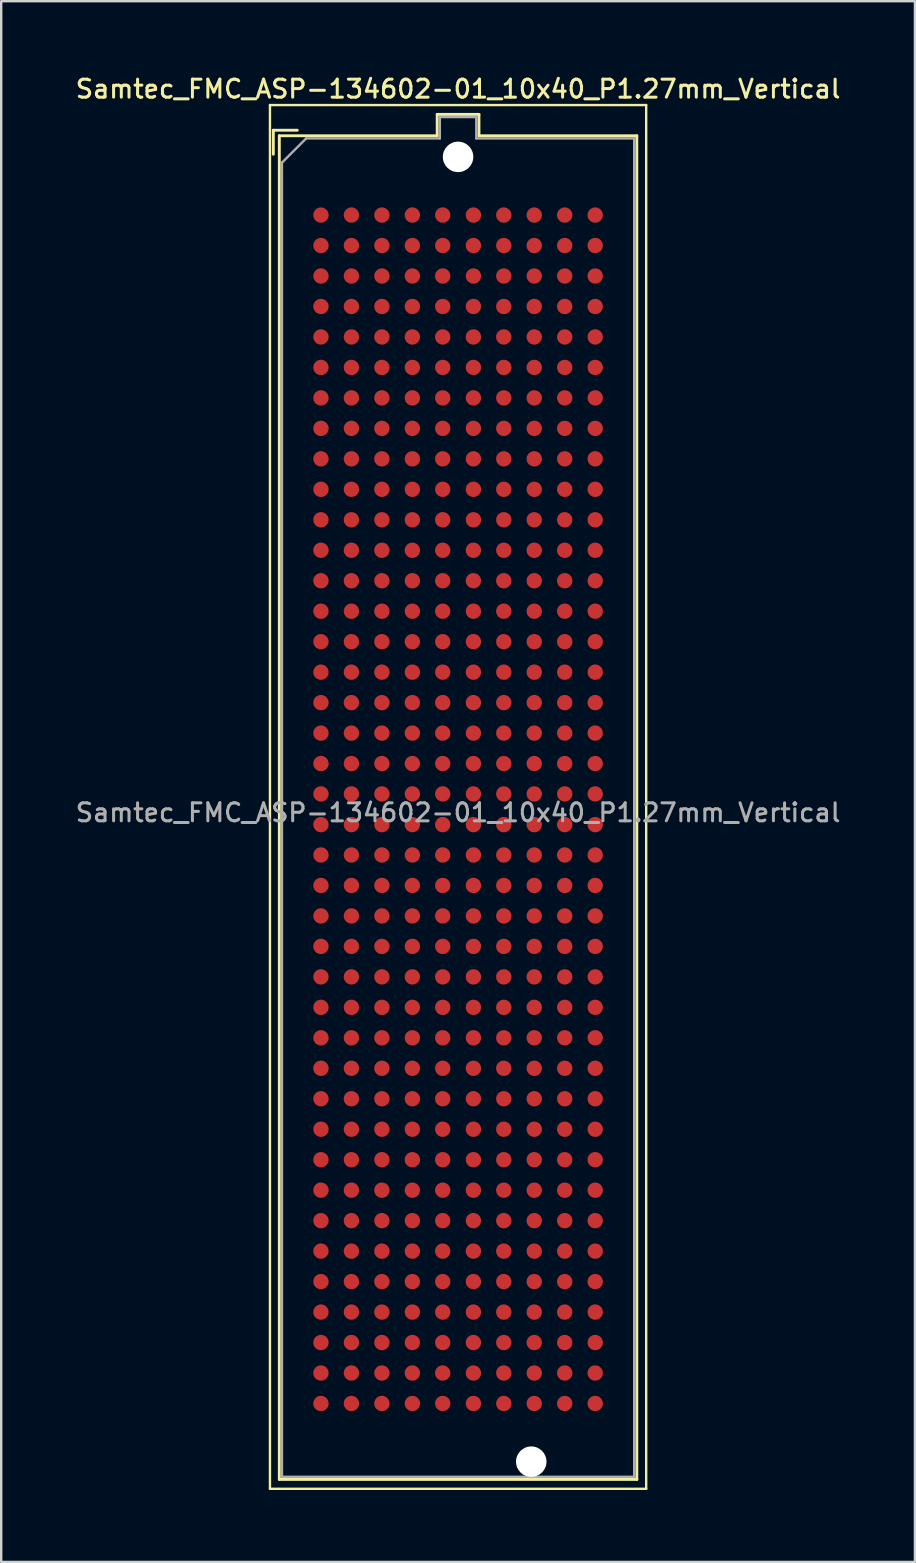
<source format=kicad_pcb>
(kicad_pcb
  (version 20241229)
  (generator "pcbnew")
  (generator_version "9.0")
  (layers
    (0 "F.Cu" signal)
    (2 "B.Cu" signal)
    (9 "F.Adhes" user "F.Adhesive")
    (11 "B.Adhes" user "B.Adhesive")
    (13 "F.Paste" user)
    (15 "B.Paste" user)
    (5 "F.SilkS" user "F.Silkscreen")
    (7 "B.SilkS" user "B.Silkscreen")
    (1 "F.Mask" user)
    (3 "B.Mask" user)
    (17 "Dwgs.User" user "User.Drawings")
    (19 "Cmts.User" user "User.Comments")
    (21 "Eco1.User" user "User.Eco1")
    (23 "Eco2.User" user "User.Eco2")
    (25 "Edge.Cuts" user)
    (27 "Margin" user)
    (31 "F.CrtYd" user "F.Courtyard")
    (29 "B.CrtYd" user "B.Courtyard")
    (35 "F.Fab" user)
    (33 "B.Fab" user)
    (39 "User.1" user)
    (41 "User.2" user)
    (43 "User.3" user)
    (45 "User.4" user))
  (footprint "Samtec_FMC_ASP-134602-01_10x40_P1.27mm_Vertical"
    (layer "F.Cu")
    (at 16.041 30.678)
    (property "Reference" "Samtec_FMC_ASP-134602-01_10x40_P1.27mm_Vertical" (at 0 -30.02 0) (layer "F.SilkS") (effects (font (size 0.75 0.75) (thickness 0.125))))
    (attr smd)
    (fp_line (start -7.84 -29.35) (end -7.84 28.32) (stroke (width 0.1) (type solid)) (layer "F.SilkS"))
    (fp_line (start -7.84 -29.35) (end 7.84 -29.35) (stroke (width 0.1) (type solid)) (layer "F.SilkS"))
    (fp_line (start -7.84 28.32) (end 7.84 28.32) (stroke (width 0.1) (type solid)) (layer "F.SilkS"))
    (fp_line (start -7.7 -28.3) (end -6.7 -28.3) (stroke (width 0.12) (type solid)) (layer "F.SilkS"))
    (fp_line (start -7.7 -27.3) (end -7.7 -28.3) (stroke (width 0.12) (type solid)) (layer "F.SilkS"))
    (fp_line (start -7.45 -28.07) (end -7.45 27.93) (stroke (width 0.12) (type solid)) (layer "F.SilkS"))
    (fp_line (start -7.45 27.93) (end 7.45 27.93) (stroke (width 0.12) (type solid)) (layer "F.SilkS"))
    (fp_line (start -0.87 -28.96) (end -0.87 -28.07) (stroke (width 0.12) (type solid)) (layer "F.SilkS"))
    (fp_line (start -0.87 -28.07) (end -7.45 -28.07) (stroke (width 0.12) (type solid)) (layer "F.SilkS"))
    (fp_line (start 0.87 -28.96) (end -0.87 -28.96) (stroke (width 0.12) (type solid)) (layer "F.SilkS"))
    (fp_line (start 0.87 -28.07) (end 0.87 -28.96) (stroke (width 0.12) (type solid)) (layer "F.SilkS"))
    (fp_line (start 7.45 -28.07) (end 0.87 -28.07) (stroke (width 0.12) (type solid)) (layer "F.SilkS"))
    (fp_line (start 7.45 27.93) (end 7.45 -28.07) (stroke (width 0.12) (type solid)) (layer "F.SilkS"))
    (fp_line (start 7.84 -29.35) (end 7.84 28.32) (stroke (width 0.1) (type solid)) (layer "F.SilkS"))
    (fp_line (start -7.34 -26.95) (end -6.33 -27.96) (stroke (width 0.1) (type solid)) (layer "F.Fab"))
    (fp_line (start -7.34 27.82) (end -7.34 -26.95) (stroke (width 0.1) (type solid)) (layer "F.Fab"))
    (fp_line (start -7.34 27.82) (end 7.34 27.82) (stroke (width 0.1) (type solid)) (layer "F.Fab"))
    (fp_line (start -0.76 -28.85) (end 0.76 -28.85) (stroke (width 0.1) (type solid)) (layer "F.Fab"))
    (fp_line (start -0.76 -27.96) (end -6.33 -27.96) (stroke (width 0.1) (type solid)) (layer "F.Fab"))
    (fp_line (start -0.76 -27.96) (end -0.76 -28.85) (stroke (width 0.1) (type solid)) (layer "F.Fab"))
    (fp_line (start 0.76 -27.96) (end 0.76 -28.85) (stroke (width 0.1) (type solid)) (layer "F.Fab"))
    (fp_line (start 0.76 -27.96) (end 7.34 -27.96) (stroke (width 0.1) (type solid)) (layer "F.Fab"))
    (fp_line (start 7.34 27.82) (end 7.34 -27.96) (stroke (width 0.1) (type solid)) (layer "F.Fab"))
    (fp_text user "${REFERENCE}" (at 0 0.14 0) (layer "F.Fab") (effects (font (size 0.75 0.75) (thickness 0.125))))
    (pad "" np_thru_hole circle (at 0 -27.19 90) (size 1.27 1.27) (drill 1.27) (layers "*.Cu" "*.Mask"))
    (pad "" np_thru_hole circle (at 3.05 27.19 90) (size 1.27 1.27) (drill 1.27) (layers "*.Cu" "*.Mask"))
    (pad "A1" smd circle (at -5.715 -24.765 90) (size 0.64 0.64) (layers "F.Cu" "F.Mask" "F.Paste"))
    (pad "A2" smd circle (at -5.715 -23.495 90) (size 0.64 0.64) (layers "F.Cu" "F.Mask" "F.Paste"))
    (pad "A3" smd circle (at -5.715 -22.225 90) (size 0.64 0.64) (layers "F.Cu" "F.Mask" "F.Paste"))
    (pad "A4" smd circle (at -5.715 -20.955 90) (size 0.64 0.64) (layers "F.Cu" "F.Mask" "F.Paste"))
    (pad "A5" smd circle (at -5.715 -19.685 90) (size 0.64 0.64) (layers "F.Cu" "F.Mask" "F.Paste"))
    (pad "A6" smd circle (at -5.715 -18.415 90) (size 0.64 0.64) (layers "F.Cu" "F.Mask" "F.Paste"))
    (pad "A7" smd circle (at -5.715 -17.145 90) (size 0.64 0.64) (layers "F.Cu" "F.Mask" "F.Paste"))
    (pad "A8" smd circle (at -5.715 -15.875 90) (size 0.64 0.64) (layers "F.Cu" "F.Mask" "F.Paste"))
    (pad "A9" smd circle (at -5.715 -14.605 90) (size 0.64 0.64) (layers "F.Cu" "F.Mask" "F.Paste"))
    (pad "A10" smd circle (at -5.715 -13.335 90) (size 0.64 0.64) (layers "F.Cu" "F.Mask" "F.Paste"))
    (pad "A11" smd circle (at -5.715 -12.065 90) (size 0.64 0.64) (layers "F.Cu" "F.Mask" "F.Paste"))
    (pad "A12" smd circle (at -5.715 -10.795 90) (size 0.64 0.64) (layers "F.Cu" "F.Mask" "F.Paste"))
    (pad "A13" smd circle (at -5.715 -9.525 90) (size 0.64 0.64) (layers "F.Cu" "F.Mask" "F.Paste"))
    (pad "A14" smd circle (at -5.715 -8.255 90) (size 0.64 0.64) (layers "F.Cu" "F.Mask" "F.Paste"))
    (pad "A15" smd circle (at -5.715 -6.985 90) (size 0.64 0.64) (layers "F.Cu" "F.Mask" "F.Paste"))
    (pad "A16" smd circle (at -5.715 -5.715 90) (size 0.64 0.64) (layers "F.Cu" "F.Mask" "F.Paste"))
    (pad "A17" smd circle (at -5.715 -4.445 90) (size 0.64 0.64) (layers "F.Cu" "F.Mask" "F.Paste"))
    (pad "A18" smd circle (at -5.715 -3.175 90) (size 0.64 0.64) (layers "F.Cu" "F.Mask" "F.Paste"))
    (pad "A19" smd circle (at -5.715 -1.905 90) (size 0.64 0.64) (layers "F.Cu" "F.Mask" "F.Paste"))
    (pad "A20" smd circle (at -5.715 -0.64 90) (size 0.64 0.64) (layers "F.Cu" "F.Mask" "F.Paste"))
    (pad "A21" smd circle (at -5.715 0.64 90) (size 0.64 0.64) (layers "F.Cu" "F.Mask" "F.Paste"))
    (pad "A22" smd circle (at -5.715 1.905 90) (size 0.64 0.64) (layers "F.Cu" "F.Mask" "F.Paste"))
    (pad "A23" smd circle (at -5.715 3.175 90) (size 0.64 0.64) (layers "F.Cu" "F.Mask" "F.Paste"))
    (pad "A24" smd circle (at -5.715 4.445 90) (size 0.64 0.64) (layers "F.Cu" "F.Mask" "F.Paste"))
    (pad "A25" smd circle (at -5.715 5.715 90) (size 0.64 0.64) (layers "F.Cu" "F.Mask" "F.Paste"))
    (pad "A26" smd circle (at -5.715 6.985 90) (size 0.64 0.64) (layers "F.Cu" "F.Mask" "F.Paste"))
    (pad "A27" smd circle (at -5.715 8.255 90) (size 0.64 0.64) (layers "F.Cu" "F.Mask" "F.Paste"))
    (pad "A28" smd circle (at -5.715 9.525 90) (size 0.64 0.64) (layers "F.Cu" "F.Mask" "F.Paste"))
    (pad "A29" smd circle (at -5.715 10.795 90) (size 0.64 0.64) (layers "F.Cu" "F.Mask" "F.Paste"))
    (pad "A30" smd circle (at -5.715 12.065 90) (size 0.64 0.64) (layers "F.Cu" "F.Mask" "F.Paste"))
    (pad "A31" smd circle (at -5.715 13.335 90) (size 0.64 0.64) (layers "F.Cu" "F.Mask" "F.Paste"))
    (pad "A32" smd circle (at -5.715 14.605 90) (size 0.64 0.64) (layers "F.Cu" "F.Mask" "F.Paste"))
    (pad "A33" smd circle (at -5.715 15.875 90) (size 0.64 0.64) (layers "F.Cu" "F.Mask" "F.Paste"))
    (pad "A34" smd circle (at -5.715 17.145 90) (size 0.64 0.64) (layers "F.Cu" "F.Mask" "F.Paste"))
    (pad "A35" smd circle (at -5.715 18.415 90) (size 0.64 0.64) (layers "F.Cu" "F.Mask" "F.Paste"))
    (pad "A36" smd circle (at -5.715 19.685 90) (size 0.64 0.64) (layers "F.Cu" "F.Mask" "F.Paste"))
    (pad "A37" smd circle (at -5.715 20.955 90) (size 0.64 0.64) (layers "F.Cu" "F.Mask" "F.Paste"))
    (pad "A38" smd circle (at -5.715 22.225 90) (size 0.64 0.64) (layers "F.Cu" "F.Mask" "F.Paste"))
    (pad "A39" smd circle (at -5.715 23.495 90) (size 0.64 0.64) (layers "F.Cu" "F.Mask" "F.Paste"))
    (pad "A40" smd circle (at -5.715 24.765 90) (size 0.64 0.64) (layers "F.Cu" "F.Mask" "F.Paste"))
    (pad "B1" smd circle (at -4.445 -24.765 90) (size 0.64 0.64) (layers "F.Cu" "F.Mask" "F.Paste"))
    (pad "B2" smd circle (at -4.445 -23.495 90) (size 0.64 0.64) (layers "F.Cu" "F.Mask" "F.Paste"))
    (pad "B3" smd circle (at -4.445 -22.225 90) (size 0.64 0.64) (layers "F.Cu" "F.Mask" "F.Paste"))
    (pad "B4" smd circle (at -4.445 -20.955 90) (size 0.64 0.64) (layers "F.Cu" "F.Mask" "F.Paste"))
    (pad "B5" smd circle (at -4.445 -19.685 90) (size 0.64 0.64) (layers "F.Cu" "F.Mask" "F.Paste"))
    (pad "B6" smd circle (at -4.445 -18.415 90) (size 0.64 0.64) (layers "F.Cu" "F.Mask" "F.Paste"))
    (pad "B7" smd circle (at -4.445 -17.145 90) (size 0.64 0.64) (layers "F.Cu" "F.Mask" "F.Paste"))
    (pad "B8" smd circle (at -4.445 -15.875 90) (size 0.64 0.64) (layers "F.Cu" "F.Mask" "F.Paste"))
    (pad "B9" smd circle (at -4.445 -14.605 90) (size 0.64 0.64) (layers "F.Cu" "F.Mask" "F.Paste"))
    (pad "B10" smd circle (at -4.445 -13.335 90) (size 0.64 0.64) (layers "F.Cu" "F.Mask" "F.Paste"))
    (pad "B11" smd circle (at -4.445 -12.065 90) (size 0.64 0.64) (layers "F.Cu" "F.Mask" "F.Paste"))
    (pad "B12" smd circle (at -4.445 -10.795 90) (size 0.64 0.64) (layers "F.Cu" "F.Mask" "F.Paste"))
    (pad "B13" smd circle (at -4.445 -9.525 90) (size 0.64 0.64) (layers "F.Cu" "F.Mask" "F.Paste"))
    (pad "B14" smd circle (at -4.445 -8.255 90) (size 0.64 0.64) (layers "F.Cu" "F.Mask" "F.Paste"))
    (pad "B15" smd circle (at -4.445 -6.985 90) (size 0.64 0.64) (layers "F.Cu" "F.Mask" "F.Paste"))
    (pad "B16" smd circle (at -4.445 -5.715 90) (size 0.64 0.64) (layers "F.Cu" "F.Mask" "F.Paste"))
    (pad "B17" smd circle (at -4.445 -4.445 90) (size 0.64 0.64) (layers "F.Cu" "F.Mask" "F.Paste"))
    (pad "B18" smd circle (at -4.445 -3.175 90) (size 0.64 0.64) (layers "F.Cu" "F.Mask" "F.Paste"))
    (pad "B19" smd circle (at -4.445 -1.905 90) (size 0.64 0.64) (layers "F.Cu" "F.Mask" "F.Paste"))
    (pad "B20" smd circle (at -4.445 -0.64 90) (size 0.64 0.64) (layers "F.Cu" "F.Mask" "F.Paste"))
    (pad "B21" smd circle (at -4.445 0.64 90) (size 0.64 0.64) (layers "F.Cu" "F.Mask" "F.Paste"))
    (pad "B22" smd circle (at -4.445 1.905 90) (size 0.64 0.64) (layers "F.Cu" "F.Mask" "F.Paste"))
    (pad "B23" smd circle (at -4.445 3.175 90) (size 0.64 0.64) (layers "F.Cu" "F.Mask" "F.Paste"))
    (pad "B24" smd circle (at -4.445 4.445 90) (size 0.64 0.64) (layers "F.Cu" "F.Mask" "F.Paste"))
    (pad "B25" smd circle (at -4.445 5.715 90) (size 0.64 0.64) (layers "F.Cu" "F.Mask" "F.Paste"))
    (pad "B26" smd circle (at -4.445 6.985 90) (size 0.64 0.64) (layers "F.Cu" "F.Mask" "F.Paste"))
    (pad "B27" smd circle (at -4.445 8.255 90) (size 0.64 0.64) (layers "F.Cu" "F.Mask" "F.Paste"))
    (pad "B28" smd circle (at -4.445 9.525 90) (size 0.64 0.64) (layers "F.Cu" "F.Mask" "F.Paste"))
    (pad "B29" smd circle (at -4.445 10.795 90) (size 0.64 0.64) (layers "F.Cu" "F.Mask" "F.Paste"))
    (pad "B30" smd circle (at -4.445 12.065 90) (size 0.64 0.64) (layers "F.Cu" "F.Mask" "F.Paste"))
    (pad "B31" smd circle (at -4.445 13.335 90) (size 0.64 0.64) (layers "F.Cu" "F.Mask" "F.Paste"))
    (pad "B32" smd circle (at -4.445 14.605 90) (size 0.64 0.64) (layers "F.Cu" "F.Mask" "F.Paste"))
    (pad "B33" smd circle (at -4.445 15.875 90) (size 0.64 0.64) (layers "F.Cu" "F.Mask" "F.Paste"))
    (pad "B34" smd circle (at -4.445 17.145 90) (size 0.64 0.64) (layers "F.Cu" "F.Mask" "F.Paste"))
    (pad "B35" smd circle (at -4.445 18.415 90) (size 0.64 0.64) (layers "F.Cu" "F.Mask" "F.Paste"))
    (pad "B36" smd circle (at -4.445 19.685 90) (size 0.64 0.64) (layers "F.Cu" "F.Mask" "F.Paste"))
    (pad "B37" smd circle (at -4.445 20.955 90) (size 0.64 0.64) (layers "F.Cu" "F.Mask" "F.Paste"))
    (pad "B38" smd circle (at -4.445 22.225 90) (size 0.64 0.64) (layers "F.Cu" "F.Mask" "F.Paste"))
    (pad "B39" smd circle (at -4.445 23.495 90) (size 0.64 0.64) (layers "F.Cu" "F.Mask" "F.Paste"))
    (pad "B40" smd circle (at -4.445 24.765 90) (size 0.64 0.64) (layers "F.Cu" "F.Mask" "F.Paste"))
    (pad "C1" smd circle (at -3.175 -24.765 90) (size 0.64 0.64) (layers "F.Cu" "F.Mask" "F.Paste"))
    (pad "C2" smd circle (at -3.175 -23.495 90) (size 0.64 0.64) (layers "F.Cu" "F.Mask" "F.Paste"))
    (pad "C3" smd circle (at -3.175 -22.225 90) (size 0.64 0.64) (layers "F.Cu" "F.Mask" "F.Paste"))
    (pad "C4" smd circle (at -3.175 -20.955 90) (size 0.64 0.64) (layers "F.Cu" "F.Mask" "F.Paste"))
    (pad "C5" smd circle (at -3.175 -19.685 90) (size 0.64 0.64) (layers "F.Cu" "F.Mask" "F.Paste"))
    (pad "C6" smd circle (at -3.175 -18.415 90) (size 0.64 0.64) (layers "F.Cu" "F.Mask" "F.Paste"))
    (pad "C7" smd circle (at -3.175 -17.145 90) (size 0.64 0.64) (layers "F.Cu" "F.Mask" "F.Paste"))
    (pad "C8" smd circle (at -3.175 -15.875 90) (size 0.64 0.64) (layers "F.Cu" "F.Mask" "F.Paste"))
    (pad "C9" smd circle (at -3.175 -14.605 90) (size 0.64 0.64) (layers "F.Cu" "F.Mask" "F.Paste"))
    (pad "C10" smd circle (at -3.175 -13.335 90) (size 0.64 0.64) (layers "F.Cu" "F.Mask" "F.Paste"))
    (pad "C11" smd circle (at -3.175 -12.065 90) (size 0.64 0.64) (layers "F.Cu" "F.Mask" "F.Paste"))
    (pad "C12" smd circle (at -3.175 -10.795 90) (size 0.64 0.64) (layers "F.Cu" "F.Mask" "F.Paste"))
    (pad "C13" smd circle (at -3.175 -9.525 90) (size 0.64 0.64) (layers "F.Cu" "F.Mask" "F.Paste"))
    (pad "C14" smd circle (at -3.175 -8.255 90) (size 0.64 0.64) (layers "F.Cu" "F.Mask" "F.Paste"))
    (pad "C15" smd circle (at -3.175 -6.985 90) (size 0.64 0.64) (layers "F.Cu" "F.Mask" "F.Paste"))
    (pad "C16" smd circle (at -3.175 -5.715 90) (size 0.64 0.64) (layers "F.Cu" "F.Mask" "F.Paste"))
    (pad "C17" smd circle (at -3.175 -4.445 90) (size 0.64 0.64) (layers "F.Cu" "F.Mask" "F.Paste"))
    (pad "C18" smd circle (at -3.175 -3.175 90) (size 0.64 0.64) (layers "F.Cu" "F.Mask" "F.Paste"))
    (pad "C19" smd circle (at -3.175 -1.905 90) (size 0.64 0.64) (layers "F.Cu" "F.Mask" "F.Paste"))
    (pad "C20" smd circle (at -3.175 -0.64 90) (size 0.64 0.64) (layers "F.Cu" "F.Mask" "F.Paste"))
    (pad "C21" smd circle (at -3.175 0.64 90) (size 0.64 0.64) (layers "F.Cu" "F.Mask" "F.Paste"))
    (pad "C22" smd circle (at -3.175 1.905 90) (size 0.64 0.64) (layers "F.Cu" "F.Mask" "F.Paste"))
    (pad "C23" smd circle (at -3.175 3.175 90) (size 0.64 0.64) (layers "F.Cu" "F.Mask" "F.Paste"))
    (pad "C24" smd circle (at -3.175 4.445 90) (size 0.64 0.64) (layers "F.Cu" "F.Mask" "F.Paste"))
    (pad "C25" smd circle (at -3.175 5.715 90) (size 0.64 0.64) (layers "F.Cu" "F.Mask" "F.Paste"))
    (pad "C26" smd circle (at -3.175 6.985 90) (size 0.64 0.64) (layers "F.Cu" "F.Mask" "F.Paste"))
    (pad "C27" smd circle (at -3.175 8.255 90) (size 0.64 0.64) (layers "F.Cu" "F.Mask" "F.Paste"))
    (pad "C28" smd circle (at -3.175 9.525 90) (size 0.64 0.64) (layers "F.Cu" "F.Mask" "F.Paste"))
    (pad "C29" smd circle (at -3.175 10.795 90) (size 0.64 0.64) (layers "F.Cu" "F.Mask" "F.Paste"))
    (pad "C30" smd circle (at -3.175 12.065 90) (size 0.64 0.64) (layers "F.Cu" "F.Mask" "F.Paste"))
    (pad "C31" smd circle (at -3.175 13.335 90) (size 0.64 0.64) (layers "F.Cu" "F.Mask" "F.Paste"))
    (pad "C32" smd circle (at -3.175 14.605 90) (size 0.64 0.64) (layers "F.Cu" "F.Mask" "F.Paste"))
    (pad "C33" smd circle (at -3.175 15.875 90) (size 0.64 0.64) (layers "F.Cu" "F.Mask" "F.Paste"))
    (pad "C34" smd circle (at -3.175 17.145 90) (size 0.64 0.64) (layers "F.Cu" "F.Mask" "F.Paste"))
    (pad "C35" smd circle (at -3.175 18.415 90) (size 0.64 0.64) (layers "F.Cu" "F.Mask" "F.Paste"))
    (pad "C36" smd circle (at -3.175 19.685 90) (size 0.64 0.64) (layers "F.Cu" "F.Mask" "F.Paste"))
    (pad "C37" smd circle (at -3.175 20.955 90) (size 0.64 0.64) (layers "F.Cu" "F.Mask" "F.Paste"))
    (pad "C38" smd circle (at -3.175 22.225 90) (size 0.64 0.64) (layers "F.Cu" "F.Mask" "F.Paste"))
    (pad "C39" smd circle (at -3.175 23.495 90) (size 0.64 0.64) (layers "F.Cu" "F.Mask" "F.Paste"))
    (pad "C40" smd circle (at -3.175 24.765 90) (size 0.64 0.64) (layers "F.Cu" "F.Mask" "F.Paste"))
    (pad "D1" smd circle (at -1.905 -24.765 90) (size 0.64 0.64) (layers "F.Cu" "F.Mask" "F.Paste"))
    (pad "D2" smd circle (at -1.905 -23.495 90) (size 0.64 0.64) (layers "F.Cu" "F.Mask" "F.Paste"))
    (pad "D3" smd circle (at -1.905 -22.225 90) (size 0.64 0.64) (layers "F.Cu" "F.Mask" "F.Paste"))
    (pad "D4" smd circle (at -1.905 -20.955 90) (size 0.64 0.64) (layers "F.Cu" "F.Mask" "F.Paste"))
    (pad "D5" smd circle (at -1.905 -19.685 90) (size 0.64 0.64) (layers "F.Cu" "F.Mask" "F.Paste"))
    (pad "D6" smd circle (at -1.905 -18.415 90) (size 0.64 0.64) (layers "F.Cu" "F.Mask" "F.Paste"))
    (pad "D7" smd circle (at -1.905 -17.145 90) (size 0.64 0.64) (layers "F.Cu" "F.Mask" "F.Paste"))
    (pad "D8" smd circle (at -1.905 -15.875 90) (size 0.64 0.64) (layers "F.Cu" "F.Mask" "F.Paste"))
    (pad "D9" smd circle (at -1.905 -14.605 90) (size 0.64 0.64) (layers "F.Cu" "F.Mask" "F.Paste"))
    (pad "D10" smd circle (at -1.905 -13.335 90) (size 0.64 0.64) (layers "F.Cu" "F.Mask" "F.Paste"))
    (pad "D11" smd circle (at -1.905 -12.065 90) (size 0.64 0.64) (layers "F.Cu" "F.Mask" "F.Paste"))
    (pad "D12" smd circle (at -1.905 -10.795 90) (size 0.64 0.64) (layers "F.Cu" "F.Mask" "F.Paste"))
    (pad "D13" smd circle (at -1.905 -9.525 90) (size 0.64 0.64) (layers "F.Cu" "F.Mask" "F.Paste"))
    (pad "D14" smd circle (at -1.905 -8.255 90) (size 0.64 0.64) (layers "F.Cu" "F.Mask" "F.Paste"))
    (pad "D15" smd circle (at -1.905 -6.985 90) (size 0.64 0.64) (layers "F.Cu" "F.Mask" "F.Paste"))
    (pad "D16" smd circle (at -1.905 -5.715 90) (size 0.64 0.64) (layers "F.Cu" "F.Mask" "F.Paste"))
    (pad "D17" smd circle (at -1.905 -4.445 90) (size 0.64 0.64) (layers "F.Cu" "F.Mask" "F.Paste"))
    (pad "D18" smd circle (at -1.905 -3.175 90) (size 0.64 0.64) (layers "F.Cu" "F.Mask" "F.Paste"))
    (pad "D19" smd circle (at -1.905 -1.905 90) (size 0.64 0.64) (layers "F.Cu" "F.Mask" "F.Paste"))
    (pad "D20" smd circle (at -1.905 -0.64 90) (size 0.64 0.64) (layers "F.Cu" "F.Mask" "F.Paste"))
    (pad "D21" smd circle (at -1.905 0.64 90) (size 0.64 0.64) (layers "F.Cu" "F.Mask" "F.Paste"))
    (pad "D22" smd circle (at -1.905 1.905 90) (size 0.64 0.64) (layers "F.Cu" "F.Mask" "F.Paste"))
    (pad "D23" smd circle (at -1.905 3.175 90) (size 0.64 0.64) (layers "F.Cu" "F.Mask" "F.Paste"))
    (pad "D24" smd circle (at -1.905 4.445 90) (size 0.64 0.64) (layers "F.Cu" "F.Mask" "F.Paste"))
    (pad "D25" smd circle (at -1.905 5.715 90) (size 0.64 0.64) (layers "F.Cu" "F.Mask" "F.Paste"))
    (pad "D26" smd circle (at -1.905 6.985 90) (size 0.64 0.64) (layers "F.Cu" "F.Mask" "F.Paste"))
    (pad "D27" smd circle (at -1.905 8.255 90) (size 0.64 0.64) (layers "F.Cu" "F.Mask" "F.Paste"))
    (pad "D28" smd circle (at -1.905 9.525 90) (size 0.64 0.64) (layers "F.Cu" "F.Mask" "F.Paste"))
    (pad "D29" smd circle (at -1.905 10.795 90) (size 0.64 0.64) (layers "F.Cu" "F.Mask" "F.Paste"))
    (pad "D30" smd circle (at -1.905 12.065 90) (size 0.64 0.64) (layers "F.Cu" "F.Mask" "F.Paste"))
    (pad "D31" smd circle (at -1.905 13.335 90) (size 0.64 0.64) (layers "F.Cu" "F.Mask" "F.Paste"))
    (pad "D32" smd circle (at -1.905 14.605 90) (size 0.64 0.64) (layers "F.Cu" "F.Mask" "F.Paste"))
    (pad "D33" smd circle (at -1.905 15.875 90) (size 0.64 0.64) (layers "F.Cu" "F.Mask" "F.Paste"))
    (pad "D34" smd circle (at -1.905 17.145 90) (size 0.64 0.64) (layers "F.Cu" "F.Mask" "F.Paste"))
    (pad "D35" smd circle (at -1.905 18.415 90) (size 0.64 0.64) (layers "F.Cu" "F.Mask" "F.Paste"))
    (pad "D36" smd circle (at -1.905 19.685 90) (size 0.64 0.64) (layers "F.Cu" "F.Mask" "F.Paste"))
    (pad "D37" smd circle (at -1.905 20.955 90) (size 0.64 0.64) (layers "F.Cu" "F.Mask" "F.Paste"))
    (pad "D38" smd circle (at -1.905 22.225 90) (size 0.64 0.64) (layers "F.Cu" "F.Mask" "F.Paste"))
    (pad "D39" smd circle (at -1.905 23.495 90) (size 0.64 0.64) (layers "F.Cu" "F.Mask" "F.Paste"))
    (pad "D40" smd circle (at -1.905 24.765 90) (size 0.64 0.64) (layers "F.Cu" "F.Mask" "F.Paste"))
    (pad "E1" smd circle (at -0.64 -24.765 90) (size 0.64 0.64) (layers "F.Cu" "F.Mask" "F.Paste"))
    (pad "E2" smd circle (at -0.64 -23.495 90) (size 0.64 0.64) (layers "F.Cu" "F.Mask" "F.Paste"))
    (pad "E3" smd circle (at -0.64 -22.225 90) (size 0.64 0.64) (layers "F.Cu" "F.Mask" "F.Paste"))
    (pad "E4" smd circle (at -0.64 -20.955 90) (size 0.64 0.64) (layers "F.Cu" "F.Mask" "F.Paste"))
    (pad "E5" smd circle (at -0.64 -19.685 90) (size 0.64 0.64) (layers "F.Cu" "F.Mask" "F.Paste"))
    (pad "E6" smd circle (at -0.64 -18.415 90) (size 0.64 0.64) (layers "F.Cu" "F.Mask" "F.Paste"))
    (pad "E7" smd circle (at -0.64 -17.145 90) (size 0.64 0.64) (layers "F.Cu" "F.Mask" "F.Paste"))
    (pad "E8" smd circle (at -0.64 -15.875 90) (size 0.64 0.64) (layers "F.Cu" "F.Mask" "F.Paste"))
    (pad "E9" smd circle (at -0.64 -14.605 90) (size 0.64 0.64) (layers "F.Cu" "F.Mask" "F.Paste"))
    (pad "E10" smd circle (at -0.64 -13.335 90) (size 0.64 0.64) (layers "F.Cu" "F.Mask" "F.Paste"))
    (pad "E11" smd circle (at -0.64 -12.065 90) (size 0.64 0.64) (layers "F.Cu" "F.Mask" "F.Paste"))
    (pad "E12" smd circle (at -0.64 -10.795 90) (size 0.64 0.64) (layers "F.Cu" "F.Mask" "F.Paste"))
    (pad "E13" smd circle (at -0.64 -9.525 90) (size 0.64 0.64) (layers "F.Cu" "F.Mask" "F.Paste"))
    (pad "E14" smd circle (at -0.64 -8.255 90) (size 0.64 0.64) (layers "F.Cu" "F.Mask" "F.Paste"))
    (pad "E15" smd circle (at -0.64 -6.985 90) (size 0.64 0.64) (layers "F.Cu" "F.Mask" "F.Paste"))
    (pad "E16" smd circle (at -0.64 -5.715 90) (size 0.64 0.64) (layers "F.Cu" "F.Mask" "F.Paste"))
    (pad "E17" smd circle (at -0.64 -4.445 90) (size 0.64 0.64) (layers "F.Cu" "F.Mask" "F.Paste"))
    (pad "E18" smd circle (at -0.64 -3.175 90) (size 0.64 0.64) (layers "F.Cu" "F.Mask" "F.Paste"))
    (pad "E19" smd circle (at -0.64 -1.905 90) (size 0.64 0.64) (layers "F.Cu" "F.Mask" "F.Paste"))
    (pad "E20" smd circle (at -0.64 -0.64 90) (size 0.64 0.64) (layers "F.Cu" "F.Mask" "F.Paste"))
    (pad "E21" smd circle (at -0.64 0.64 90) (size 0.64 0.64) (layers "F.Cu" "F.Mask" "F.Paste"))
    (pad "E22" smd circle (at -0.64 1.905 90) (size 0.64 0.64) (layers "F.Cu" "F.Mask" "F.Paste"))
    (pad "E23" smd circle (at -0.64 3.175 90) (size 0.64 0.64) (layers "F.Cu" "F.Mask" "F.Paste"))
    (pad "E24" smd circle (at -0.64 4.445 90) (size 0.64 0.64) (layers "F.Cu" "F.Mask" "F.Paste"))
    (pad "E25" smd circle (at -0.64 5.715 90) (size 0.64 0.64) (layers "F.Cu" "F.Mask" "F.Paste"))
    (pad "E26" smd circle (at -0.64 6.985 90) (size 0.64 0.64) (layers "F.Cu" "F.Mask" "F.Paste"))
    (pad "E27" smd circle (at -0.64 8.255 90) (size 0.64 0.64) (layers "F.Cu" "F.Mask" "F.Paste"))
    (pad "E28" smd circle (at -0.64 9.525 90) (size 0.64 0.64) (layers "F.Cu" "F.Mask" "F.Paste"))
    (pad "E29" smd circle (at -0.64 10.795 90) (size 0.64 0.64) (layers "F.Cu" "F.Mask" "F.Paste"))
    (pad "E30" smd circle (at -0.64 12.065 90) (size 0.64 0.64) (layers "F.Cu" "F.Mask" "F.Paste"))
    (pad "E31" smd circle (at -0.64 13.335 90) (size 0.64 0.64) (layers "F.Cu" "F.Mask" "F.Paste"))
    (pad "E32" smd circle (at -0.64 14.605 90) (size 0.64 0.64) (layers "F.Cu" "F.Mask" "F.Paste"))
    (pad "E33" smd circle (at -0.64 15.875 90) (size 0.64 0.64) (layers "F.Cu" "F.Mask" "F.Paste"))
    (pad "E34" smd circle (at -0.64 17.145 90) (size 0.64 0.64) (layers "F.Cu" "F.Mask" "F.Paste"))
    (pad "E35" smd circle (at -0.64 18.415 90) (size 0.64 0.64) (layers "F.Cu" "F.Mask" "F.Paste"))
    (pad "E36" smd circle (at -0.64 19.685 90) (size 0.64 0.64) (layers "F.Cu" "F.Mask" "F.Paste"))
    (pad "E37" smd circle (at -0.64 20.955 90) (size 0.64 0.64) (layers "F.Cu" "F.Mask" "F.Paste"))
    (pad "E38" smd circle (at -0.64 22.225 90) (size 0.64 0.64) (layers "F.Cu" "F.Mask" "F.Paste"))
    (pad "E39" smd circle (at -0.64 23.495 90) (size 0.64 0.64) (layers "F.Cu" "F.Mask" "F.Paste"))
    (pad "E40" smd circle (at -0.64 24.765 90) (size 0.64 0.64) (layers "F.Cu" "F.Mask" "F.Paste"))
    (pad "F1" smd circle (at 0.64 -24.765 90) (size 0.64 0.64) (layers "F.Cu" "F.Mask" "F.Paste"))
    (pad "F2" smd circle (at 0.64 -23.495 90) (size 0.64 0.64) (layers "F.Cu" "F.Mask" "F.Paste"))
    (pad "F3" smd circle (at 0.64 -22.225 90) (size 0.64 0.64) (layers "F.Cu" "F.Mask" "F.Paste"))
    (pad "F4" smd circle (at 0.64 -20.955 90) (size 0.64 0.64) (layers "F.Cu" "F.Mask" "F.Paste"))
    (pad "F5" smd circle (at 0.64 -19.685 90) (size 0.64 0.64) (layers "F.Cu" "F.Mask" "F.Paste"))
    (pad "F6" smd circle (at 0.64 -18.415 90) (size 0.64 0.64) (layers "F.Cu" "F.Mask" "F.Paste"))
    (pad "F7" smd circle (at 0.64 -17.145 90) (size 0.64 0.64) (layers "F.Cu" "F.Mask" "F.Paste"))
    (pad "F8" smd circle (at 0.64 -15.875 90) (size 0.64 0.64) (layers "F.Cu" "F.Mask" "F.Paste"))
    (pad "F9" smd circle (at 0.64 -14.605 90) (size 0.64 0.64) (layers "F.Cu" "F.Mask" "F.Paste"))
    (pad "F10" smd circle (at 0.64 -13.335 90) (size 0.64 0.64) (layers "F.Cu" "F.Mask" "F.Paste"))
    (pad "F11" smd circle (at 0.64 -12.065 90) (size 0.64 0.64) (layers "F.Cu" "F.Mask" "F.Paste"))
    (pad "F12" smd circle (at 0.64 -10.795 90) (size 0.64 0.64) (layers "F.Cu" "F.Mask" "F.Paste"))
    (pad "F13" smd circle (at 0.64 -9.525 90) (size 0.64 0.64) (layers "F.Cu" "F.Mask" "F.Paste"))
    (pad "F14" smd circle (at 0.64 -8.255 90) (size 0.64 0.64) (layers "F.Cu" "F.Mask" "F.Paste"))
    (pad "F15" smd circle (at 0.64 -6.985 90) (size 0.64 0.64) (layers "F.Cu" "F.Mask" "F.Paste"))
    (pad "F16" smd circle (at 0.64 -5.715 90) (size 0.64 0.64) (layers "F.Cu" "F.Mask" "F.Paste"))
    (pad "F17" smd circle (at 0.64 -4.445 90) (size 0.64 0.64) (layers "F.Cu" "F.Mask" "F.Paste"))
    (pad "F18" smd circle (at 0.64 -3.175 90) (size 0.64 0.64) (layers "F.Cu" "F.Mask" "F.Paste"))
    (pad "F19" smd circle (at 0.64 -1.905 90) (size 0.64 0.64) (layers "F.Cu" "F.Mask" "F.Paste"))
    (pad "F20" smd circle (at 0.64 -0.64 90) (size 0.64 0.64) (layers "F.Cu" "F.Mask" "F.Paste"))
    (pad "F21" smd circle (at 0.64 0.64 90) (size 0.64 0.64) (layers "F.Cu" "F.Mask" "F.Paste"))
    (pad "F22" smd circle (at 0.64 1.905 90) (size 0.64 0.64) (layers "F.Cu" "F.Mask" "F.Paste"))
    (pad "F23" smd circle (at 0.64 3.175 90) (size 0.64 0.64) (layers "F.Cu" "F.Mask" "F.Paste"))
    (pad "F24" smd circle (at 0.64 4.445 90) (size 0.64 0.64) (layers "F.Cu" "F.Mask" "F.Paste"))
    (pad "F25" smd circle (at 0.64 5.715 90) (size 0.64 0.64) (layers "F.Cu" "F.Mask" "F.Paste"))
    (pad "F26" smd circle (at 0.64 6.985 90) (size 0.64 0.64) (layers "F.Cu" "F.Mask" "F.Paste"))
    (pad "F27" smd circle (at 0.64 8.255 90) (size 0.64 0.64) (layers "F.Cu" "F.Mask" "F.Paste"))
    (pad "F28" smd circle (at 0.64 9.525 90) (size 0.64 0.64) (layers "F.Cu" "F.Mask" "F.Paste"))
    (pad "F29" smd circle (at 0.64 10.795 90) (size 0.64 0.64) (layers "F.Cu" "F.Mask" "F.Paste"))
    (pad "F30" smd circle (at 0.64 12.065 90) (size 0.64 0.64) (layers "F.Cu" "F.Mask" "F.Paste"))
    (pad "F31" smd circle (at 0.64 13.335 90) (size 0.64 0.64) (layers "F.Cu" "F.Mask" "F.Paste"))
    (pad "F32" smd circle (at 0.64 14.605 90) (size 0.64 0.64) (layers "F.Cu" "F.Mask" "F.Paste"))
    (pad "F33" smd circle (at 0.64 15.875 90) (size 0.64 0.64) (layers "F.Cu" "F.Mask" "F.Paste"))
    (pad "F34" smd circle (at 0.64 17.145 90) (size 0.64 0.64) (layers "F.Cu" "F.Mask" "F.Paste"))
    (pad "F35" smd circle (at 0.64 18.415 90) (size 0.64 0.64) (layers "F.Cu" "F.Mask" "F.Paste"))
    (pad "F36" smd circle (at 0.64 19.685 90) (size 0.64 0.64) (layers "F.Cu" "F.Mask" "F.Paste"))
    (pad "F37" smd circle (at 0.64 20.955 90) (size 0.64 0.64) (layers "F.Cu" "F.Mask" "F.Paste"))
    (pad "F38" smd circle (at 0.64 22.225 90) (size 0.64 0.64) (layers "F.Cu" "F.Mask" "F.Paste"))
    (pad "F39" smd circle (at 0.64 23.495 90) (size 0.64 0.64) (layers "F.Cu" "F.Mask" "F.Paste"))
    (pad "F40" smd circle (at 0.64 24.765 90) (size 0.64 0.64) (layers "F.Cu" "F.Mask" "F.Paste"))
    (pad "G1" smd circle (at 1.905 -24.765 90) (size 0.64 0.64) (layers "F.Cu" "F.Mask" "F.Paste"))
    (pad "G2" smd circle (at 1.905 -23.495 90) (size 0.64 0.64) (layers "F.Cu" "F.Mask" "F.Paste"))
    (pad "G3" smd circle (at 1.905 -22.225 90) (size 0.64 0.64) (layers "F.Cu" "F.Mask" "F.Paste"))
    (pad "G4" smd circle (at 1.905 -20.955 90) (size 0.64 0.64) (layers "F.Cu" "F.Mask" "F.Paste"))
    (pad "G5" smd circle (at 1.905 -19.685 90) (size 0.64 0.64) (layers "F.Cu" "F.Mask" "F.Paste"))
    (pad "G6" smd circle (at 1.905 -18.415 90) (size 0.64 0.64) (layers "F.Cu" "F.Mask" "F.Paste"))
    (pad "G7" smd circle (at 1.905 -17.145 90) (size 0.64 0.64) (layers "F.Cu" "F.Mask" "F.Paste"))
    (pad "G8" smd circle (at 1.905 -15.875 90) (size 0.64 0.64) (layers "F.Cu" "F.Mask" "F.Paste"))
    (pad "G9" smd circle (at 1.905 -14.605 90) (size 0.64 0.64) (layers "F.Cu" "F.Mask" "F.Paste"))
    (pad "G10" smd circle (at 1.905 -13.335 90) (size 0.64 0.64) (layers "F.Cu" "F.Mask" "F.Paste"))
    (pad "G11" smd circle (at 1.905 -12.065 90) (size 0.64 0.64) (layers "F.Cu" "F.Mask" "F.Paste"))
    (pad "G12" smd circle (at 1.905 -10.795 90) (size 0.64 0.64) (layers "F.Cu" "F.Mask" "F.Paste"))
    (pad "G13" smd circle (at 1.905 -9.525 90) (size 0.64 0.64) (layers "F.Cu" "F.Mask" "F.Paste"))
    (pad "G14" smd circle (at 1.905 -8.255 90) (size 0.64 0.64) (layers "F.Cu" "F.Mask" "F.Paste"))
    (pad "G15" smd circle (at 1.905 -6.985 90) (size 0.64 0.64) (layers "F.Cu" "F.Mask" "F.Paste"))
    (pad "G16" smd circle (at 1.905 -5.715 90) (size 0.64 0.64) (layers "F.Cu" "F.Mask" "F.Paste"))
    (pad "G17" smd circle (at 1.905 -4.445 90) (size 0.64 0.64) (layers "F.Cu" "F.Mask" "F.Paste"))
    (pad "G18" smd circle (at 1.905 -3.175 90) (size 0.64 0.64) (layers "F.Cu" "F.Mask" "F.Paste"))
    (pad "G19" smd circle (at 1.905 -1.905 90) (size 0.64 0.64) (layers "F.Cu" "F.Mask" "F.Paste"))
    (pad "G20" smd circle (at 1.905 -0.64 90) (size 0.64 0.64) (layers "F.Cu" "F.Mask" "F.Paste"))
    (pad "G21" smd circle (at 1.905 0.64 90) (size 0.64 0.64) (layers "F.Cu" "F.Mask" "F.Paste"))
    (pad "G22" smd circle (at 1.905 1.905 90) (size 0.64 0.64) (layers "F.Cu" "F.Mask" "F.Paste"))
    (pad "G23" smd circle (at 1.905 3.175 90) (size 0.64 0.64) (layers "F.Cu" "F.Mask" "F.Paste"))
    (pad "G24" smd circle (at 1.905 4.445 90) (size 0.64 0.64) (layers "F.Cu" "F.Mask" "F.Paste"))
    (pad "G25" smd circle (at 1.905 5.715 90) (size 0.64 0.64) (layers "F.Cu" "F.Mask" "F.Paste"))
    (pad "G26" smd circle (at 1.905 6.985 90) (size 0.64 0.64) (layers "F.Cu" "F.Mask" "F.Paste"))
    (pad "G27" smd circle (at 1.905 8.255 90) (size 0.64 0.64) (layers "F.Cu" "F.Mask" "F.Paste"))
    (pad "G28" smd circle (at 1.905 9.525 90) (size 0.64 0.64) (layers "F.Cu" "F.Mask" "F.Paste"))
    (pad "G29" smd circle (at 1.905 10.795 90) (size 0.64 0.64) (layers "F.Cu" "F.Mask" "F.Paste"))
    (pad "G30" smd circle (at 1.905 12.065 90) (size 0.64 0.64) (layers "F.Cu" "F.Mask" "F.Paste"))
    (pad "G31" smd circle (at 1.905 13.335 90) (size 0.64 0.64) (layers "F.Cu" "F.Mask" "F.Paste"))
    (pad "G32" smd circle (at 1.905 14.605 90) (size 0.64 0.64) (layers "F.Cu" "F.Mask" "F.Paste"))
    (pad "G33" smd circle (at 1.905 15.875 90) (size 0.64 0.64) (layers "F.Cu" "F.Mask" "F.Paste"))
    (pad "G34" smd circle (at 1.905 17.145 90) (size 0.64 0.64) (layers "F.Cu" "F.Mask" "F.Paste"))
    (pad "G35" smd circle (at 1.905 18.415 90) (size 0.64 0.64) (layers "F.Cu" "F.Mask" "F.Paste"))
    (pad "G36" smd circle (at 1.905 19.685 90) (size 0.64 0.64) (layers "F.Cu" "F.Mask" "F.Paste"))
    (pad "G37" smd circle (at 1.905 20.955 90) (size 0.64 0.64) (layers "F.Cu" "F.Mask" "F.Paste"))
    (pad "G38" smd circle (at 1.905 22.225 90) (size 0.64 0.64) (layers "F.Cu" "F.Mask" "F.Paste"))
    (pad "G39" smd circle (at 1.905 23.495 90) (size 0.64 0.64) (layers "F.Cu" "F.Mask" "F.Paste"))
    (pad "G40" smd circle (at 1.905 24.765 90) (size 0.64 0.64) (layers "F.Cu" "F.Mask" "F.Paste"))
    (pad "H1" smd circle (at 3.175 -24.765 90) (size 0.64 0.64) (layers "F.Cu" "F.Mask" "F.Paste"))
    (pad "H2" smd circle (at 3.175 -23.495 90) (size 0.64 0.64) (layers "F.Cu" "F.Mask" "F.Paste"))
    (pad "H3" smd circle (at 3.175 -22.225 90) (size 0.64 0.64) (layers "F.Cu" "F.Mask" "F.Paste"))
    (pad "H4" smd circle (at 3.175 -20.955 90) (size 0.64 0.64) (layers "F.Cu" "F.Mask" "F.Paste"))
    (pad "H5" smd circle (at 3.175 -19.685 90) (size 0.64 0.64) (layers "F.Cu" "F.Mask" "F.Paste"))
    (pad "H6" smd circle (at 3.175 -18.415 90) (size 0.64 0.64) (layers "F.Cu" "F.Mask" "F.Paste"))
    (pad "H7" smd circle (at 3.175 -17.145 90) (size 0.64 0.64) (layers "F.Cu" "F.Mask" "F.Paste"))
    (pad "H8" smd circle (at 3.175 -15.875 90) (size 0.64 0.64) (layers "F.Cu" "F.Mask" "F.Paste"))
    (pad "H9" smd circle (at 3.175 -14.605 90) (size 0.64 0.64) (layers "F.Cu" "F.Mask" "F.Paste"))
    (pad "H10" smd circle (at 3.175 -13.335 90) (size 0.64 0.64) (layers "F.Cu" "F.Mask" "F.Paste"))
    (pad "H11" smd circle (at 3.175 -12.065 90) (size 0.64 0.64) (layers "F.Cu" "F.Mask" "F.Paste"))
    (pad "H12" smd circle (at 3.175 -10.795 90) (size 0.64 0.64) (layers "F.Cu" "F.Mask" "F.Paste"))
    (pad "H13" smd circle (at 3.175 -9.525 90) (size 0.64 0.64) (layers "F.Cu" "F.Mask" "F.Paste"))
    (pad "H14" smd circle (at 3.175 -8.255 90) (size 0.64 0.64) (layers "F.Cu" "F.Mask" "F.Paste"))
    (pad "H15" smd circle (at 3.175 -6.985 90) (size 0.64 0.64) (layers "F.Cu" "F.Mask" "F.Paste"))
    (pad "H16" smd circle (at 3.175 -5.715 90) (size 0.64 0.64) (layers "F.Cu" "F.Mask" "F.Paste"))
    (pad "H17" smd circle (at 3.175 -4.445 90) (size 0.64 0.64) (layers "F.Cu" "F.Mask" "F.Paste"))
    (pad "H18" smd circle (at 3.175 -3.175 90) (size 0.64 0.64) (layers "F.Cu" "F.Mask" "F.Paste"))
    (pad "H19" smd circle (at 3.175 -1.905 90) (size 0.64 0.64) (layers "F.Cu" "F.Mask" "F.Paste"))
    (pad "H20" smd circle (at 3.175 -0.64 90) (size 0.64 0.64) (layers "F.Cu" "F.Mask" "F.Paste"))
    (pad "H21" smd circle (at 3.175 0.64 90) (size 0.64 0.64) (layers "F.Cu" "F.Mask" "F.Paste"))
    (pad "H22" smd circle (at 3.175 1.905 90) (size 0.64 0.64) (layers "F.Cu" "F.Mask" "F.Paste"))
    (pad "H23" smd circle (at 3.175 3.175 90) (size 0.64 0.64) (layers "F.Cu" "F.Mask" "F.Paste"))
    (pad "H24" smd circle (at 3.175 4.445 90) (size 0.64 0.64) (layers "F.Cu" "F.Mask" "F.Paste"))
    (pad "H25" smd circle (at 3.175 5.715 90) (size 0.64 0.64) (layers "F.Cu" "F.Mask" "F.Paste"))
    (pad "H26" smd circle (at 3.175 6.985 90) (size 0.64 0.64) (layers "F.Cu" "F.Mask" "F.Paste"))
    (pad "H27" smd circle (at 3.175 8.255 90) (size 0.64 0.64) (layers "F.Cu" "F.Mask" "F.Paste"))
    (pad "H28" smd circle (at 3.175 9.525 90) (size 0.64 0.64) (layers "F.Cu" "F.Mask" "F.Paste"))
    (pad "H29" smd circle (at 3.175 10.795 90) (size 0.64 0.64) (layers "F.Cu" "F.Mask" "F.Paste"))
    (pad "H30" smd circle (at 3.175 12.065 90) (size 0.64 0.64) (layers "F.Cu" "F.Mask" "F.Paste"))
    (pad "H31" smd circle (at 3.175 13.335 90) (size 0.64 0.64) (layers "F.Cu" "F.Mask" "F.Paste"))
    (pad "H32" smd circle (at 3.175 14.605 90) (size 0.64 0.64) (layers "F.Cu" "F.Mask" "F.Paste"))
    (pad "H33" smd circle (at 3.175 15.875 90) (size 0.64 0.64) (layers "F.Cu" "F.Mask" "F.Paste"))
    (pad "H34" smd circle (at 3.175 17.145 90) (size 0.64 0.64) (layers "F.Cu" "F.Mask" "F.Paste"))
    (pad "H35" smd circle (at 3.175 18.415 90) (size 0.64 0.64) (layers "F.Cu" "F.Mask" "F.Paste"))
    (pad "H36" smd circle (at 3.175 19.685 90) (size 0.64 0.64) (layers "F.Cu" "F.Mask" "F.Paste"))
    (pad "H37" smd circle (at 3.175 20.955 90) (size 0.64 0.64) (layers "F.Cu" "F.Mask" "F.Paste"))
    (pad "H38" smd circle (at 3.175 22.225 90) (size 0.64 0.64) (layers "F.Cu" "F.Mask" "F.Paste"))
    (pad "H39" smd circle (at 3.175 23.495 90) (size 0.64 0.64) (layers "F.Cu" "F.Mask" "F.Paste"))
    (pad "H40" smd circle (at 3.175 24.765 90) (size 0.64 0.64) (layers "F.Cu" "F.Mask" "F.Paste"))
    (pad "J1" smd circle (at 4.445 -24.765 90) (size 0.64 0.64) (layers "F.Cu" "F.Mask" "F.Paste"))
    (pad "J2" smd circle (at 4.445 -23.495 90) (size 0.64 0.64) (layers "F.Cu" "F.Mask" "F.Paste"))
    (pad "J3" smd circle (at 4.445 -22.225 90) (size 0.64 0.64) (layers "F.Cu" "F.Mask" "F.Paste"))
    (pad "J4" smd circle (at 4.445 -20.955 90) (size 0.64 0.64) (layers "F.Cu" "F.Mask" "F.Paste"))
    (pad "J5" smd circle (at 4.445 -19.685 90) (size 0.64 0.64) (layers "F.Cu" "F.Mask" "F.Paste"))
    (pad "J6" smd circle (at 4.445 -18.415 90) (size 0.64 0.64) (layers "F.Cu" "F.Mask" "F.Paste"))
    (pad "J7" smd circle (at 4.445 -17.145 90) (size 0.64 0.64) (layers "F.Cu" "F.Mask" "F.Paste"))
    (pad "J8" smd circle (at 4.445 -15.875 90) (size 0.64 0.64) (layers "F.Cu" "F.Mask" "F.Paste"))
    (pad "J9" smd circle (at 4.445 -14.605 90) (size 0.64 0.64) (layers "F.Cu" "F.Mask" "F.Paste"))
    (pad "J10" smd circle (at 4.445 -13.335 90) (size 0.64 0.64) (layers "F.Cu" "F.Mask" "F.Paste"))
    (pad "J11" smd circle (at 4.445 -12.065 90) (size 0.64 0.64) (layers "F.Cu" "F.Mask" "F.Paste"))
    (pad "J12" smd circle (at 4.445 -10.795 90) (size 0.64 0.64) (layers "F.Cu" "F.Mask" "F.Paste"))
    (pad "J13" smd circle (at 4.445 -9.525 90) (size 0.64 0.64) (layers "F.Cu" "F.Mask" "F.Paste"))
    (pad "J14" smd circle (at 4.445 -8.255 90) (size 0.64 0.64) (layers "F.Cu" "F.Mask" "F.Paste"))
    (pad "J15" smd circle (at 4.445 -6.985 90) (size 0.64 0.64) (layers "F.Cu" "F.Mask" "F.Paste"))
    (pad "J16" smd circle (at 4.445 -5.715 90) (size 0.64 0.64) (layers "F.Cu" "F.Mask" "F.Paste"))
    (pad "J17" smd circle (at 4.445 -4.445 90) (size 0.64 0.64) (layers "F.Cu" "F.Mask" "F.Paste"))
    (pad "J18" smd circle (at 4.445 -3.175 90) (size 0.64 0.64) (layers "F.Cu" "F.Mask" "F.Paste"))
    (pad "J19" smd circle (at 4.445 -1.905 90) (size 0.64 0.64) (layers "F.Cu" "F.Mask" "F.Paste"))
    (pad "J20" smd circle (at 4.445 -0.64 90) (size 0.64 0.64) (layers "F.Cu" "F.Mask" "F.Paste"))
    (pad "J21" smd circle (at 4.445 0.64 90) (size 0.64 0.64) (layers "F.Cu" "F.Mask" "F.Paste"))
    (pad "J22" smd circle (at 4.445 1.905 90) (size 0.64 0.64) (layers "F.Cu" "F.Mask" "F.Paste"))
    (pad "J23" smd circle (at 4.445 3.175 90) (size 0.64 0.64) (layers "F.Cu" "F.Mask" "F.Paste"))
    (pad "J24" smd circle (at 4.445 4.445 90) (size 0.64 0.64) (layers "F.Cu" "F.Mask" "F.Paste"))
    (pad "J25" smd circle (at 4.445 5.715 90) (size 0.64 0.64) (layers "F.Cu" "F.Mask" "F.Paste"))
    (pad "J26" smd circle (at 4.445 6.985 90) (size 0.64 0.64) (layers "F.Cu" "F.Mask" "F.Paste"))
    (pad "J27" smd circle (at 4.445 8.255 90) (size 0.64 0.64) (layers "F.Cu" "F.Mask" "F.Paste"))
    (pad "J28" smd circle (at 4.445 9.525 90) (size 0.64 0.64) (layers "F.Cu" "F.Mask" "F.Paste"))
    (pad "J29" smd circle (at 4.445 10.795 90) (size 0.64 0.64) (layers "F.Cu" "F.Mask" "F.Paste"))
    (pad "J30" smd circle (at 4.445 12.065 90) (size 0.64 0.64) (layers "F.Cu" "F.Mask" "F.Paste"))
    (pad "J31" smd circle (at 4.445 13.335 90) (size 0.64 0.64) (layers "F.Cu" "F.Mask" "F.Paste"))
    (pad "J32" smd circle (at 4.445 14.605 90) (size 0.64 0.64) (layers "F.Cu" "F.Mask" "F.Paste"))
    (pad "J33" smd circle (at 4.445 15.875 90) (size 0.64 0.64) (layers "F.Cu" "F.Mask" "F.Paste"))
    (pad "J34" smd circle (at 4.445 17.145 90) (size 0.64 0.64) (layers "F.Cu" "F.Mask" "F.Paste"))
    (pad "J35" smd circle (at 4.445 18.415 90) (size 0.64 0.64) (layers "F.Cu" "F.Mask" "F.Paste"))
    (pad "J36" smd circle (at 4.445 19.685 90) (size 0.64 0.64) (layers "F.Cu" "F.Mask" "F.Paste"))
    (pad "J37" smd circle (at 4.445 20.955 90) (size 0.64 0.64) (layers "F.Cu" "F.Mask" "F.Paste"))
    (pad "J38" smd circle (at 4.445 22.225 90) (size 0.64 0.64) (layers "F.Cu" "F.Mask" "F.Paste"))
    (pad "J39" smd circle (at 4.445 23.495 90) (size 0.64 0.64) (layers "F.Cu" "F.Mask" "F.Paste"))
    (pad "J40" smd circle (at 4.445 24.765 90) (size 0.64 0.64) (layers "F.Cu" "F.Mask" "F.Paste"))
    (pad "K1" smd circle (at 5.715 -24.765 90) (size 0.64 0.64) (layers "F.Cu" "F.Mask" "F.Paste"))
    (pad "K2" smd circle (at 5.715 -23.495 90) (size 0.64 0.64) (layers "F.Cu" "F.Mask" "F.Paste"))
    (pad "K3" smd circle (at 5.715 -22.225 90) (size 0.64 0.64) (layers "F.Cu" "F.Mask" "F.Paste"))
    (pad "K4" smd circle (at 5.715 -20.955 90) (size 0.64 0.64) (layers "F.Cu" "F.Mask" "F.Paste"))
    (pad "K5" smd circle (at 5.715 -19.685 90) (size 0.64 0.64) (layers "F.Cu" "F.Mask" "F.Paste"))
    (pad "K6" smd circle (at 5.715 -18.415 90) (size 0.64 0.64) (layers "F.Cu" "F.Mask" "F.Paste"))
    (pad "K7" smd circle (at 5.715 -17.145 90) (size 0.64 0.64) (layers "F.Cu" "F.Mask" "F.Paste"))
    (pad "K8" smd circle (at 5.715 -15.875 90) (size 0.64 0.64) (layers "F.Cu" "F.Mask" "F.Paste"))
    (pad "K9" smd circle (at 5.715 -14.605 90) (size 0.64 0.64) (layers "F.Cu" "F.Mask" "F.Paste"))
    (pad "K10" smd circle (at 5.715 -13.335 90) (size 0.64 0.64) (layers "F.Cu" "F.Mask" "F.Paste"))
    (pad "K11" smd circle (at 5.715 -12.065 90) (size 0.64 0.64) (layers "F.Cu" "F.Mask" "F.Paste"))
    (pad "K12" smd circle (at 5.715 -10.795 90) (size 0.64 0.64) (layers "F.Cu" "F.Mask" "F.Paste"))
    (pad "K13" smd circle (at 5.715 -9.525 90) (size 0.64 0.64) (layers "F.Cu" "F.Mask" "F.Paste"))
    (pad "K14" smd circle (at 5.715 -8.255 90) (size 0.64 0.64) (layers "F.Cu" "F.Mask" "F.Paste"))
    (pad "K15" smd circle (at 5.715 -6.985 90) (size 0.64 0.64) (layers "F.Cu" "F.Mask" "F.Paste"))
    (pad "K16" smd circle (at 5.715 -5.715 90) (size 0.64 0.64) (layers "F.Cu" "F.Mask" "F.Paste"))
    (pad "K17" smd circle (at 5.715 -4.445 90) (size 0.64 0.64) (layers "F.Cu" "F.Mask" "F.Paste"))
    (pad "K18" smd circle (at 5.715 -3.175 90) (size 0.64 0.64) (layers "F.Cu" "F.Mask" "F.Paste"))
    (pad "K19" smd circle (at 5.715 -1.905 90) (size 0.64 0.64) (layers "F.Cu" "F.Mask" "F.Paste"))
    (pad "K20" smd circle (at 5.715 -0.64 90) (size 0.64 0.64) (layers "F.Cu" "F.Mask" "F.Paste"))
    (pad "K21" smd circle (at 5.715 0.64 90) (size 0.64 0.64) (layers "F.Cu" "F.Mask" "F.Paste"))
    (pad "K22" smd circle (at 5.715 1.905 90) (size 0.64 0.64) (layers "F.Cu" "F.Mask" "F.Paste"))
    (pad "K23" smd circle (at 5.715 3.175 90) (size 0.64 0.64) (layers "F.Cu" "F.Mask" "F.Paste"))
    (pad "K24" smd circle (at 5.715 4.445 90) (size 0.64 0.64) (layers "F.Cu" "F.Mask" "F.Paste"))
    (pad "K25" smd circle (at 5.715 5.715 90) (size 0.64 0.64) (layers "F.Cu" "F.Mask" "F.Paste"))
    (pad "K26" smd circle (at 5.715 6.985 90) (size 0.64 0.64) (layers "F.Cu" "F.Mask" "F.Paste"))
    (pad "K27" smd circle (at 5.715 8.255 90) (size 0.64 0.64) (layers "F.Cu" "F.Mask" "F.Paste"))
    (pad "K28" smd circle (at 5.715 9.525 90) (size 0.64 0.64) (layers "F.Cu" "F.Mask" "F.Paste"))
    (pad "K29" smd circle (at 5.715 10.795 90) (size 0.64 0.64) (layers "F.Cu" "F.Mask" "F.Paste"))
    (pad "K30" smd circle (at 5.715 12.065 90) (size 0.64 0.64) (layers "F.Cu" "F.Mask" "F.Paste"))
    (pad "K31" smd circle (at 5.715 13.335 90) (size 0.64 0.64) (layers "F.Cu" "F.Mask" "F.Paste"))
    (pad "K32" smd circle (at 5.715 14.605 90) (size 0.64 0.64) (layers "F.Cu" "F.Mask" "F.Paste"))
    (pad "K33" smd circle (at 5.715 15.875 90) (size 0.64 0.64) (layers "F.Cu" "F.Mask" "F.Paste"))
    (pad "K34" smd circle (at 5.715 17.145 90) (size 0.64 0.64) (layers "F.Cu" "F.Mask" "F.Paste"))
    (pad "K35" smd circle (at 5.715 18.415 90) (size 0.64 0.64) (layers "F.Cu" "F.Mask" "F.Paste"))
    (pad "K36" smd circle (at 5.715 19.685 90) (size 0.64 0.64) (layers "F.Cu" "F.Mask" "F.Paste"))
    (pad "K37" smd circle (at 5.715 20.955 90) (size 0.64 0.64) (layers "F.Cu" "F.Mask" "F.Paste"))
    (pad "K38" smd circle (at 5.715 22.225 90) (size 0.64 0.64) (layers "F.Cu" "F.Mask" "F.Paste"))
    (pad "K39" smd circle (at 5.715 23.495 90) (size 0.64 0.64) (layers "F.Cu" "F.Mask" "F.Paste"))
    (pad "K40" smd circle (at 5.715 24.765 90) (size 0.64 0.64) (layers "F.Cu" "F.Mask" "F.Paste")))
  (gr_rect
    (start -3 -3)
    (end 35.082 62.048)
    (stroke (width 0.1) (type default))
    (fill no)
    (layer "Edge.Cuts")))
</source>
